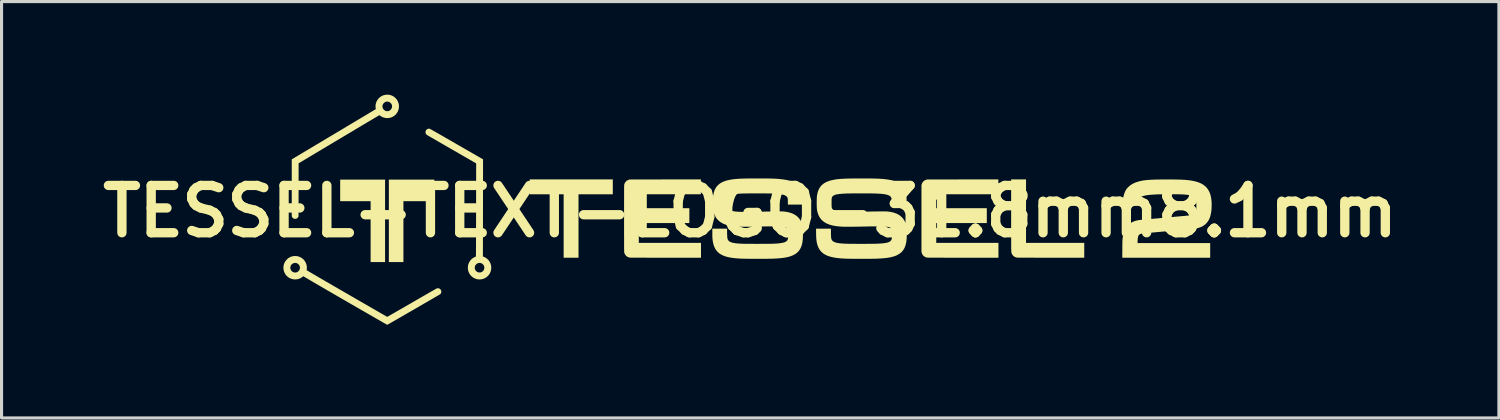
<source format=kicad_pcb>
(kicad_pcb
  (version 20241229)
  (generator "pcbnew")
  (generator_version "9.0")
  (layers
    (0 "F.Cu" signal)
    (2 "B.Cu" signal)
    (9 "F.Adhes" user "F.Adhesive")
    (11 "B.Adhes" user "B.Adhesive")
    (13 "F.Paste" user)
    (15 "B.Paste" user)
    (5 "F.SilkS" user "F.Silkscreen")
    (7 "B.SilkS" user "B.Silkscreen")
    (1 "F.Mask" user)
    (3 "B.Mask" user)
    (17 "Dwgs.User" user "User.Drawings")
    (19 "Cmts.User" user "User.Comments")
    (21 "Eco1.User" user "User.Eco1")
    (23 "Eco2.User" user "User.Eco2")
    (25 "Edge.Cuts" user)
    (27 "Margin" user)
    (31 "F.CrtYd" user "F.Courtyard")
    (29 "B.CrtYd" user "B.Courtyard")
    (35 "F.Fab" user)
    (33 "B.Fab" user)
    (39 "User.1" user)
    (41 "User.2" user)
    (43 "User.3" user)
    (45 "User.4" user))
  (footprint "TESSEL-TEXT-LOGO-31.8mm8.1mm"
    (layer "F.Cu")
    (at 21.126 3.76)
    (property "Reference" "TESSEL-TEXT-LOGO-31.8mm8.1mm" (at 0 0 0) (layer "F.SilkS") (effects (font (size 1.524 1.524) (thickness 0.3))))
    (attr through_hole)
    (fp_poly (pts (xy -11.767 1.635) (xy -12 1.635) (xy -12.233 1.635) (xy -12.233 0.654) (xy -12.233 -0.327) (xy -12.724 -0.327) (xy -13.214 -0.327) (xy -13.214 -0.675) (xy -13.214 -1.022) (xy -12.49 -1.022) (xy -11.767 -1.022) (xy -11.767 0.306) (xy -11.767 1.635)) (stroke (width 0.001) (type solid)) (fill yes) (layer "F.SilkS"))
    (fp_poly (pts (xy -10.179 -0.327) (xy -10.678 -0.327) (xy -11.176 -0.327) (xy -11.176 0.654) (xy -11.176 1.635) (xy -11.411 1.635) (xy -11.646 1.635) (xy -11.646 0.306) (xy -11.646 -1.022) (xy -10.912 -1.022) (xy -10.179 -1.022) (xy -10.179 -0.675) (xy -10.179 -0.327)) (stroke (width 0.001) (type solid)) (fill yes) (layer "F.SilkS"))
    (fp_poly (pts (xy -4.429 -0.549) (xy -4.982 -0.549) (xy -5.534 -0.549) (xy -5.534 0.473) (xy -5.534 1.495) (xy -5.774 1.495) (xy -6.013 1.495) (xy -6.013 0.473) (xy -6.013 -0.549) (xy -6.56 -0.549) (xy -7.106 -0.549) (xy -7.106 -0.789) (xy -7.106 -1.029) (xy -5.767 -1.029) (xy -4.429 -1.029) (xy -4.429 -0.789) (xy -4.429 -0.549)) (stroke (width 0.001) (type solid)) (fill yes) (layer "F.SilkS"))
    (fp_poly (pts (xy 7.998 1.495) (xy 6.862 1.495) (xy 6.777 1.495) (xy 6.694 1.495) (xy 6.613 1.495) (xy 6.533 1.495) (xy 6.456 1.495) (xy 6.381 1.495) (xy 6.309 1.495) (xy 6.24 1.494) (xy 6.174 1.494) (xy 6.111 1.494) (xy 6.052 1.494) (xy 5.997 1.494) (xy 5.946 1.494) (xy 5.899 1.493) (xy 5.857 1.493) (xy 5.819 1.493) (xy 5.787 1.493) (xy 5.76 1.493) (xy 5.738 1.492) (xy 5.722 1.492) (xy 5.711 1.492) (xy 5.707 1.492) (xy 5.671 1.484) (xy 5.637 1.471) (xy 5.607 1.454) (xy 5.581 1.432) (xy 5.567 1.417) (xy 5.551 1.394) (xy 5.538 1.369) (xy 5.527 1.34) (xy 5.525 1.334) (xy 5.517 1.307) (xy 5.517 0.232) (xy 5.517 -0.843) (xy 5.525 -0.871) (xy 5.539 -0.907) (xy 5.557 -0.938) (xy 5.578 -0.964) (xy 5.604 -0.986) (xy 5.634 -1.003) (xy 5.67 -1.017) (xy 5.679 -1.02) (xy 5.704 -1.027) (xy 6.849 -1.028) (xy 7.995 -1.029) (xy 7.995 -0.789) (xy 7.995 -0.549) (xy 6.995 -0.549) (xy 5.994 -0.549) (xy 5.994 -0.325) (xy 5.994 -0.102) (xy 6.809 -0.102) (xy 7.623 -0.102) (xy 7.623 0.138) (xy 7.623 0.378) (xy 6.809 0.378) (xy 5.994 0.378) (xy 5.994 0.697) (xy 5.994 1.016) (xy 6.996 1.016) (xy 7.998 1.016) (xy 7.998 1.256) (xy 7.998 1.495)) (stroke (width 0.001) (type solid)) (fill yes) (layer "F.SilkS"))
    (fp_poly (pts (xy 10.763 1.495) (xy 9.691 1.495) (xy 9.609 1.495) (xy 9.528 1.495) (xy 9.449 1.495) (xy 9.372 1.495) (xy 9.297 1.495) (xy 9.225 1.495) (xy 9.155 1.494) (xy 9.089 1.494) (xy 9.025 1.494) (xy 8.965 1.494) (xy 8.909 1.494) (xy 8.857 1.494) (xy 8.808 1.494) (xy 8.765 1.493) (xy 8.725 1.493) (xy 8.691 1.493) (xy 8.662 1.493) (xy 8.638 1.493) (xy 8.619 1.492) (xy 8.607 1.492) (xy 8.6 1.492) (xy 8.6 1.492) (xy 8.562 1.484) (xy 8.528 1.47) (xy 8.497 1.452) (xy 8.471 1.429) (xy 8.449 1.401) (xy 8.431 1.37) (xy 8.426 1.358) (xy 8.425 1.354) (xy 8.423 1.351) (xy 8.422 1.347) (xy 8.42 1.344) (xy 8.419 1.34) (xy 8.418 1.337) (xy 8.417 1.332) (xy 8.416 1.327) (xy 8.415 1.321) (xy 8.414 1.314) (xy 8.413 1.306) (xy 8.412 1.296) (xy 8.412 1.285) (xy 8.411 1.271) (xy 8.411 1.256) (xy 8.41 1.238) (xy 8.41 1.218) (xy 8.409 1.195) (xy 8.409 1.169) (xy 8.409 1.14) (xy 8.408 1.108) (xy 8.408 1.073) (xy 8.408 1.034) (xy 8.408 0.991) (xy 8.408 0.944) (xy 8.408 0.892) (xy 8.407 0.837) (xy 8.407 0.776) (xy 8.407 0.711) (xy 8.407 0.641) (xy 8.407 0.565) (xy 8.407 0.484) (xy 8.407 0.398) (xy 8.407 0.306) (xy 8.407 0.208) (xy 8.407 0.125) (xy 8.407 -1.029) (xy 8.647 -1.029) (xy 8.887 -1.029) (xy 8.887 -0.006) (xy 8.887 1.016) (xy 9.825 1.016) (xy 10.763 1.016) (xy 10.763 1.256) (xy 10.763 1.495)) (stroke (width 0.001) (type solid)) (fill yes) (layer "F.SilkS"))
    (fp_poly (pts (xy -1.587 1.495) (xy -2.723 1.495) (xy -2.808 1.495) (xy -2.891 1.495) (xy -2.973 1.495) (xy -3.052 1.495) (xy -3.129 1.495) (xy -3.204 1.495) (xy -3.276 1.495) (xy -3.345 1.494) (xy -3.411 1.494) (xy -3.474 1.494) (xy -3.533 1.494) (xy -3.588 1.494) (xy -3.639 1.494) (xy -3.686 1.493) (xy -3.728 1.493) (xy -3.765 1.493) (xy -3.798 1.493) (xy -3.825 1.493) (xy -3.847 1.493) (xy -3.863 1.492) (xy -3.873 1.492) (xy -3.877 1.492) (xy -3.897 1.488) (xy -3.919 1.481) (xy -3.941 1.473) (xy -3.96 1.464) (xy -3.962 1.463) (xy -3.972 1.456) (xy -3.985 1.447) (xy -3.997 1.435) (xy -4.004 1.429) (xy -4.027 1.401) (xy -4.045 1.369) (xy -4.058 1.334) (xy -4.06 1.329) (xy -4.06 1.327) (xy -4.061 1.324) (xy -4.061 1.321) (xy -4.062 1.317) (xy -4.062 1.312) (xy -4.062 1.306) (xy -4.063 1.299) (xy -4.063 1.29) (xy -4.063 1.28) (xy -4.064 1.267) (xy -4.064 1.252) (xy -4.064 1.235) (xy -4.064 1.216) (xy -4.065 1.193) (xy -4.065 1.168) (xy -4.065 1.139) (xy -4.065 1.107) (xy -4.065 1.071) (xy -4.065 1.032) (xy -4.065 0.989) (xy -4.065 0.941) (xy -4.065 0.889) (xy -4.065 0.832) (xy -4.066 0.771) (xy -4.066 0.705) (xy -4.066 0.633) (xy -4.066 0.556) (xy -4.066 0.473) (xy -4.066 0.385) (xy -4.066 0.29) (xy -4.066 0.232) (xy -4.066 0.134) (xy -4.066 0.042) (xy -4.066 -0.044) (xy -4.066 -0.125) (xy -4.066 -0.199) (xy -4.066 -0.269) (xy -4.065 -0.333) (xy -4.065 -0.392) (xy -4.065 -0.447) (xy -4.065 -0.497) (xy -4.065 -0.543) (xy -4.065 -0.585) (xy -4.065 -0.622) (xy -4.065 -0.656) (xy -4.065 -0.687) (xy -4.065 -0.714) (xy -4.065 -0.738) (xy -4.064 -0.76) (xy -4.064 -0.778) (xy -4.064 -0.794) (xy -4.064 -0.808) (xy -4.063 -0.82) (xy -4.063 -0.83) (xy -4.063 -0.838) (xy -4.062 -0.845) (xy -4.062 -0.85) (xy -4.062 -0.854) (xy -4.061 -0.858) (xy -4.061 -0.861) (xy -4.06 -0.863) (xy -4.06 -0.865) (xy -4.047 -0.901) (xy -4.03 -0.933) (xy -4.009 -0.96) (xy -3.983 -0.983) (xy -3.953 -1.002) (xy -3.918 -1.016) (xy -3.905 -1.02) (xy -3.878 -1.027) (xy -2.734 -1.028) (xy -1.591 -1.029) (xy -1.591 -0.789) (xy -1.591 -0.549) (xy -2.591 -0.549) (xy -3.591 -0.549) (xy -3.591 -0.325) (xy -3.591 -0.102) (xy -2.777 -0.102) (xy -1.962 -0.102) (xy -1.962 0.138) (xy -1.962 0.378) (xy -2.777 0.378) (xy -3.591 0.378) (xy -3.591 0.697) (xy -3.591 1.016) (xy -2.589 1.016) (xy -1.587 1.016) (xy -1.587 1.256) (xy -1.587 1.495)) (stroke (width 0.001) (type solid)) (fill yes) (layer "F.SilkS"))
    (fp_poly (pts (xy -11.32 -3.363) (xy -11.325 -3.317) (xy -11.336 -3.272) (xy -11.352 -3.228) (xy -11.374 -3.186) (xy -11.402 -3.147) (xy -11.43 -3.115) (xy -11.467 -3.082) (xy -11.507 -3.056) (xy -11.542 -3.038) (xy -11.542 -3.376) (xy -11.543 -3.405) (xy -11.55 -3.432) (xy -11.562 -3.458) (xy -11.579 -3.481) (xy -11.6 -3.502) (xy -11.624 -3.518) (xy -11.651 -3.53) (xy -11.658 -3.532) (xy -11.679 -3.536) (xy -11.703 -3.536) (xy -11.727 -3.534) (xy -11.748 -3.529) (xy -11.751 -3.528) (xy -11.777 -3.515) (xy -11.8 -3.497) (xy -11.82 -3.475) (xy -11.836 -3.451) (xy -11.843 -3.436) (xy -11.849 -3.416) (xy -11.852 -3.393) (xy -11.852 -3.37) (xy -11.849 -3.349) (xy -11.848 -3.345) (xy -11.836 -3.314) (xy -11.819 -3.287) (xy -11.797 -3.265) (xy -11.772 -3.247) (xy -11.742 -3.234) (xy -11.732 -3.231) (xy -11.714 -3.228) (xy -11.693 -3.227) (xy -11.671 -3.229) (xy -11.652 -3.234) (xy -11.651 -3.234) (xy -11.627 -3.244) (xy -11.606 -3.258) (xy -11.587 -3.275) (xy -11.568 -3.298) (xy -11.554 -3.324) (xy -11.546 -3.348) (xy -11.542 -3.376) (xy -11.542 -3.038) (xy -11.549 -3.034) (xy -11.594 -3.019) (xy -11.642 -3.009) (xy -11.664 -3.006) (xy -11.712 -3.005) (xy -11.76 -3.01) (xy -11.807 -3.021) (xy -11.852 -3.038) (xy -11.895 -3.06) (xy -11.918 -3.075) (xy -11.928 -3.083) (xy -11.936 -3.089) (xy -11.941 -3.094) (xy -11.941 -3.094) (xy -11.947 -3.098) (xy -11.95 -3.099) (xy -11.953 -3.097) (xy -11.961 -3.092) (xy -11.975 -3.085) (xy -11.993 -3.074) (xy -12.015 -3.061) (xy -12.043 -3.045) (xy -12.074 -3.026) (xy -12.109 -3.006) (xy -12.148 -2.982) (xy -12.19 -2.957) (xy -12.236 -2.93) (xy -12.284 -2.901) (xy -12.336 -2.871) (xy -12.39 -2.838) (xy -12.447 -2.805) (xy -12.506 -2.77) (xy -12.566 -2.733) (xy -12.629 -2.696) (xy -12.693 -2.658) (xy -12.736 -2.632) (xy -12.808 -2.589) (xy -12.883 -2.544) (xy -12.96 -2.499) (xy -13.038 -2.452) (xy -13.117 -2.405) (xy -13.196 -2.357) (xy -13.276 -2.31) (xy -13.355 -2.263) (xy -13.434 -2.216) (xy -13.511 -2.17) (xy -13.586 -2.125) (xy -13.659 -2.081) (xy -13.73 -2.039) (xy -13.797 -1.999) (xy -13.861 -1.96) (xy -13.921 -1.925) (xy -13.977 -1.892) (xy -14.027 -1.861) (xy -14.035 -1.857) (xy -14.553 -1.548) (xy -14.554 -0.694) (xy -14.556 0.16) (xy -14.564 0.179) (xy -14.575 0.197) (xy -14.59 0.213) (xy -14.607 0.227) (xy -14.622 0.234) (xy -14.642 0.24) (xy -14.664 0.243) (xy -14.683 0.242) (xy -14.687 0.241) (xy -14.712 0.233) (xy -14.734 0.219) (xy -14.752 0.201) (xy -14.766 0.178) (xy -14.775 0.16) (xy -14.775 -0.757) (xy -14.775 -1.675) (xy -14.689 -1.726) (xy -14.681 -1.731) (xy -14.667 -1.739) (xy -14.648 -1.75) (xy -14.625 -1.764) (xy -14.596 -1.781) (xy -14.564 -1.801) (xy -14.526 -1.823) (xy -14.485 -1.848) (xy -14.44 -1.875) (xy -14.39 -1.904) (xy -14.338 -1.936) (xy -14.282 -1.969) (xy -14.222 -2.005) (xy -14.16 -2.042) (xy -14.094 -2.081) (xy -14.026 -2.122) (xy -13.956 -2.164) (xy -13.883 -2.207) (xy -13.808 -2.252) (xy -13.731 -2.298) (xy -13.653 -2.345) (xy -13.573 -2.392) (xy -13.491 -2.441) (xy -13.408 -2.491) (xy -13.337 -2.533) (xy -13.254 -2.583) (xy -13.172 -2.632) (xy -13.092 -2.679) (xy -13.014 -2.726) (xy -12.938 -2.772) (xy -12.863 -2.816) (xy -12.791 -2.859) (xy -12.722 -2.901) (xy -12.655 -2.941) (xy -12.59 -2.979) (xy -12.529 -3.016) (xy -12.47 -3.051) (xy -12.415 -3.084) (xy -12.363 -3.115) (xy -12.315 -3.144) (xy -12.271 -3.17) (xy -12.23 -3.194) (xy -12.194 -3.216) (xy -12.162 -3.236) (xy -12.134 -3.252) (xy -12.111 -3.266) (xy -12.092 -3.277) (xy -12.079 -3.285) (xy -12.07 -3.29) (xy -12.067 -3.292) (xy -12.067 -3.292) (xy -12.067 -3.296) (xy -12.067 -3.305) (xy -12.069 -3.317) (xy -12.07 -3.323) (xy -12.075 -3.369) (xy -12.074 -3.416) (xy -12.067 -3.461) (xy -12.054 -3.506) (xy -12.037 -3.548) (xy -12.014 -3.588) (xy -11.986 -3.625) (xy -11.954 -3.659) (xy -11.918 -3.689) (xy -11.878 -3.714) (xy -11.869 -3.719) (xy -11.827 -3.737) (xy -11.783 -3.75) (xy -11.736 -3.757) (xy -11.689 -3.76) (xy -11.643 -3.756) (xy -11.631 -3.754) (xy -11.584 -3.743) (xy -11.54 -3.726) (xy -11.498 -3.704) (xy -11.46 -3.676) (xy -11.425 -3.644) (xy -11.394 -3.607) (xy -11.368 -3.567) (xy -11.359 -3.548) (xy -11.34 -3.503) (xy -11.327 -3.457) (xy -11.321 -3.41) (xy -11.32 -3.363)) (stroke (width 0.001) (type solid)) (fill yes) (layer "F.SilkS"))
    (fp_poly (pts (xy -8.346 1.818) (xy -8.349 1.867) (xy -8.358 1.915) (xy -8.373 1.96) (xy -8.394 2.003) (xy -8.42 2.043) (xy -8.452 2.08) (xy -8.456 2.084) (xy -8.493 2.117) (xy -8.533 2.144) (xy -8.569 2.162) (xy -8.569 1.83) (xy -8.569 1.801) (xy -8.569 1.797) (xy -8.576 1.767) (xy -8.589 1.74) (xy -8.607 1.716) (xy -8.628 1.695) (xy -8.654 1.679) (xy -8.682 1.668) (xy -8.701 1.663) (xy -8.73 1.662) (xy -8.758 1.666) (xy -8.785 1.676) (xy -8.81 1.69) (xy -8.832 1.708) (xy -8.851 1.73) (xy -8.865 1.756) (xy -8.874 1.781) (xy -8.877 1.806) (xy -8.877 1.831) (xy -8.872 1.857) (xy -8.865 1.88) (xy -8.859 1.892) (xy -8.842 1.916) (xy -8.82 1.937) (xy -8.794 1.953) (xy -8.766 1.965) (xy -8.747 1.97) (xy -8.734 1.971) (xy -8.717 1.97) (xy -8.699 1.969) (xy -8.682 1.966) (xy -8.67 1.963) (xy -8.643 1.95) (xy -8.62 1.932) (xy -8.6 1.911) (xy -8.585 1.886) (xy -8.574 1.859) (xy -8.569 1.83) (xy -8.569 2.162) (xy -8.576 2.165) (xy -8.622 2.181) (xy -8.656 2.189) (xy -8.676 2.192) (xy -8.699 2.193) (xy -8.725 2.194) (xy -8.75 2.193) (xy -8.772 2.192) (xy -8.79 2.189) (xy -8.826 2.181) (xy -8.86 2.169) (xy -8.889 2.156) (xy -8.932 2.131) (xy -8.971 2.102) (xy -9.005 2.069) (xy -9.035 2.031) (xy -9.059 1.99) (xy -9.078 1.946) (xy -9.092 1.898) (xy -9.095 1.883) (xy -9.098 1.86) (xy -9.099 1.832) (xy -9.099 1.803) (xy -9.097 1.773) (xy -9.094 1.745) (xy -9.089 1.723) (xy -9.074 1.677) (xy -9.053 1.634) (xy -9.028 1.594) (xy -8.998 1.558) (xy -8.964 1.526) (xy -8.926 1.498) (xy -8.885 1.476) (xy -8.86 1.465) (xy -8.841 1.458) (xy -8.839 1.357) (xy -8.838 1.347) (xy -8.838 1.331) (xy -8.838 1.309) (xy -8.838 1.281) (xy -8.838 1.248) (xy -8.838 1.209) (xy -8.837 1.166) (xy -8.837 1.117) (xy -8.837 1.065) (xy -8.837 1.007) (xy -8.837 0.946) (xy -8.836 0.881) (xy -8.836 0.812) (xy -8.836 0.74) (xy -8.836 0.664) (xy -8.836 0.586) (xy -8.836 0.504) (xy -8.835 0.42) (xy -8.835 0.334) (xy -8.835 0.245) (xy -8.835 0.155) (xy -8.835 0.063) (xy -8.835 -0.03) (xy -8.834 -0.125) (xy -8.834 -0.144) (xy -8.832 -1.545) (xy -9.614 -1.996) (xy -9.68 -2.034) (xy -9.744 -2.071) (xy -9.806 -2.107) (xy -9.867 -2.142) (xy -9.926 -2.176) (xy -9.982 -2.209) (xy -10.037 -2.24) (xy -10.088 -2.27) (xy -10.136 -2.298) (xy -10.182 -2.324) (xy -10.224 -2.348) (xy -10.262 -2.37) (xy -10.297 -2.39) (xy -10.327 -2.408) (xy -10.353 -2.423) (xy -10.375 -2.436) (xy -10.392 -2.446) (xy -10.405 -2.453) (xy -10.412 -2.457) (xy -10.413 -2.458) (xy -10.43 -2.472) (xy -10.446 -2.49) (xy -10.457 -2.51) (xy -10.46 -2.518) (xy -10.464 -2.536) (xy -10.464 -2.556) (xy -10.462 -2.577) (xy -10.457 -2.595) (xy -10.456 -2.598) (xy -10.443 -2.619) (xy -10.425 -2.637) (xy -10.404 -2.651) (xy -10.383 -2.659) (xy -10.363 -2.663) (xy -10.345 -2.663) (xy -10.326 -2.659) (xy -10.32 -2.657) (xy -10.315 -2.654) (xy -10.306 -2.649) (xy -10.291 -2.641) (xy -10.272 -2.63) (xy -10.247 -2.617) (xy -10.219 -2.6) (xy -10.186 -2.582) (xy -10.149 -2.561) (xy -10.109 -2.538) (xy -10.065 -2.513) (xy -10.017 -2.485) (xy -9.967 -2.457) (xy -9.913 -2.426) (xy -9.857 -2.394) (xy -9.799 -2.36) (xy -9.738 -2.325) (xy -9.675 -2.289) (xy -9.611 -2.252) (xy -9.544 -2.214) (xy -9.477 -2.175) (xy -9.455 -2.162) (xy -8.61 -1.675) (xy -8.612 -0.213) (xy -8.612 -0.116) (xy -8.613 -0.02) (xy -8.613 0.074) (xy -8.613 0.167) (xy -8.613 0.258) (xy -8.613 0.347) (xy -8.613 0.433) (xy -8.613 0.518) (xy -8.613 0.599) (xy -8.614 0.677) (xy -8.614 0.753) (xy -8.614 0.824) (xy -8.614 0.893) (xy -8.614 0.957) (xy -8.614 1.018) (xy -8.614 1.074) (xy -8.614 1.126) (xy -8.614 1.173) (xy -8.614 1.215) (xy -8.615 1.252) (xy -8.615 1.284) (xy -8.615 1.31) (xy -8.615 1.331) (xy -8.615 1.345) (xy -8.615 1.352) (xy -8.615 1.455) (xy -8.588 1.465) (xy -8.544 1.485) (xy -8.504 1.51) (xy -8.467 1.54) (xy -8.434 1.574) (xy -8.406 1.612) (xy -8.382 1.654) (xy -8.364 1.699) (xy -8.363 1.701) (xy -8.355 1.729) (xy -8.35 1.756) (xy -8.347 1.784) (xy -8.346 1.816) (xy -8.346 1.818)) (stroke (width 0.001) (type solid)) (fill yes) (layer "F.SilkS"))
    (fp_poly (pts (xy -9.954 2.583) (xy -9.955 2.597) (xy -9.955 2.597) (xy -9.96 2.62) (xy -9.969 2.643) (xy -9.982 2.662) (xy -9.99 2.67) (xy -9.994 2.672) (xy -10.003 2.678) (xy -10.017 2.686) (xy -10.035 2.697) (xy -10.058 2.71) (xy -10.086 2.726) (xy -10.117 2.745) (xy -10.152 2.765) (xy -10.19 2.787) (xy -10.231 2.811) (xy -10.275 2.837) (xy -10.322 2.864) (xy -10.372 2.893) (xy -10.423 2.923) (xy -10.477 2.954) (xy -10.532 2.986) (xy -10.588 3.019) (xy -10.645 3.052) (xy -10.704 3.086) (xy -10.763 3.12) (xy -10.822 3.154) (xy -10.881 3.188) (xy -10.941 3.223) (xy -11 3.257) (xy -11.058 3.29) (xy -11.115 3.323) (xy -11.171 3.356) (xy -11.226 3.387) (xy -11.278 3.418) (xy -11.329 3.447) (xy -11.378 3.475) (xy -11.424 3.502) (xy -11.468 3.527) (xy -11.509 3.55) (xy -11.546 3.572) (xy -11.58 3.591) (xy -11.61 3.608) (xy -11.636 3.623) (xy -11.658 3.635) (xy -11.675 3.645) (xy -11.688 3.652) (xy -11.695 3.656) (xy -11.698 3.657) (xy -11.701 3.656) (xy -11.709 3.651) (xy -11.722 3.644) (xy -11.741 3.633) (xy -11.764 3.62) (xy -11.792 3.604) (xy -11.824 3.586) (xy -11.86 3.565) (xy -11.9 3.542) (xy -11.944 3.516) (xy -11.992 3.489) (xy -12.043 3.46) (xy -12.098 3.428) (xy -12.155 3.395) (xy -12.216 3.36) (xy -12.279 3.324) (xy -12.344 3.286) (xy -12.412 3.247) (xy -12.483 3.206) (xy -12.555 3.165) (xy -12.629 3.122) (xy -12.704 3.079) (xy -12.781 3.034) (xy -12.787 3.031) (xy -12.867 2.985) (xy -12.947 2.939) (xy -13.026 2.893) (xy -13.105 2.847) (xy -13.183 2.802) (xy -13.259 2.758) (xy -13.335 2.714) (xy -13.408 2.672) (xy -13.48 2.63) (xy -13.55 2.59) (xy -13.617 2.551) (xy -13.682 2.513) (xy -13.744 2.477) (xy -13.802 2.443) (xy -13.858 2.411) (xy -13.909 2.381) (xy -13.957 2.353) (xy -14.001 2.328) (xy -14.04 2.305) (xy -14.075 2.285) (xy -14.104 2.267) (xy -14.129 2.253) (xy -14.138 2.247) (xy -14.403 2.091) (xy -14.428 2.11) (xy -14.466 2.138) (xy -14.506 2.16) (xy -14.51 2.161) (xy -14.51 1.824) (xy -14.512 1.795) (xy -14.519 1.767) (xy -14.531 1.741) (xy -14.548 1.717) (xy -14.569 1.697) (xy -14.594 1.68) (xy -14.621 1.668) (xy -14.641 1.664) (xy -14.665 1.662) (xy -14.695 1.665) (xy -14.723 1.674) (xy -14.749 1.687) (xy -14.771 1.704) (xy -14.79 1.725) (xy -14.805 1.749) (xy -14.815 1.775) (xy -14.82 1.803) (xy -14.82 1.832) (xy -14.815 1.858) (xy -14.803 1.887) (xy -14.787 1.913) (xy -14.765 1.935) (xy -14.74 1.953) (xy -14.714 1.964) (xy -14.691 1.97) (xy -14.666 1.972) (xy -14.642 1.97) (xy -14.624 1.967) (xy -14.595 1.955) (xy -14.57 1.938) (xy -14.548 1.917) (xy -14.53 1.892) (xy -14.518 1.863) (xy -14.515 1.853) (xy -14.51 1.824) (xy -14.51 2.161) (xy -14.549 2.177) (xy -14.573 2.183) (xy -14.596 2.188) (xy -14.624 2.192) (xy -14.653 2.193) (xy -14.682 2.194) (xy -14.708 2.192) (xy -14.719 2.191) (xy -14.765 2.181) (xy -14.81 2.166) (xy -14.852 2.146) (xy -14.876 2.131) (xy -14.893 2.119) (xy -14.911 2.103) (xy -14.931 2.086) (xy -14.948 2.068) (xy -14.963 2.051) (xy -14.965 2.048) (xy -14.992 2.008) (xy -15.013 1.965) (xy -15.029 1.92) (xy -15.039 1.874) (xy -15.043 1.826) (xy -15.041 1.779) (xy -15.033 1.732) (xy -15.024 1.698) (xy -15.006 1.653) (xy -14.982 1.612) (xy -14.954 1.574) (xy -14.921 1.539) (xy -14.885 1.509) (xy -14.844 1.484) (xy -14.801 1.464) (xy -14.756 1.45) (xy -14.719 1.443) (xy -14.679 1.44) (xy -14.638 1.441) (xy -14.599 1.445) (xy -14.572 1.451) (xy -14.527 1.466) (xy -14.484 1.486) (xy -14.445 1.51) (xy -14.409 1.539) (xy -14.378 1.572) (xy -14.35 1.609) (xy -14.327 1.648) (xy -14.309 1.69) (xy -14.297 1.734) (xy -14.289 1.78) (xy -14.288 1.827) (xy -14.289 1.834) (xy -14.29 1.85) (xy -14.291 1.865) (xy -14.292 1.878) (xy -14.292 1.883) (xy -14.294 1.897) (xy -14.065 2.032) (xy -14.048 2.042) (xy -14.026 2.055) (xy -14.001 2.07) (xy -13.97 2.088) (xy -13.936 2.107) (xy -13.898 2.13) (xy -13.856 2.154) (xy -13.811 2.18) (xy -13.763 2.208) (xy -13.712 2.238) (xy -13.658 2.269) (xy -13.601 2.302) (xy -13.542 2.336) (xy -13.481 2.371) (xy -13.419 2.408) (xy -13.354 2.445) (xy -13.288 2.483) (xy -13.221 2.522) (xy -13.153 2.561) (xy -13.084 2.601) (xy -13.014 2.642) (xy -12.944 2.682) (xy -12.874 2.723) (xy -12.804 2.763) (xy -12.734 2.804) (xy -12.664 2.844) (xy -12.596 2.883) (xy -12.528 2.923) (xy -12.461 2.961) (xy -12.396 2.999) (xy -12.332 3.035) (xy -12.27 3.071) (xy -12.21 3.106) (xy -12.152 3.139) (xy -12.097 3.171) (xy -12.045 3.201) (xy -11.995 3.23) (xy -11.948 3.257) (xy -11.905 3.282) (xy -11.865 3.305) (xy -11.828 3.326) (xy -11.796 3.344) (xy -11.768 3.36) (xy -11.744 3.374) (xy -11.725 3.385) (xy -11.711 3.393) (xy -11.701 3.398) (xy -11.697 3.4) (xy -11.697 3.4) (xy -11.694 3.399) (xy -11.686 3.394) (xy -11.673 3.387) (xy -11.655 3.376) (xy -11.632 3.363) (xy -11.605 3.348) (xy -11.573 3.33) (xy -11.538 3.309) (xy -11.499 3.287) (xy -11.457 3.263) (xy -11.411 3.236) (xy -11.362 3.208) (xy -11.31 3.178) (xy -11.255 3.147) (xy -11.198 3.114) (xy -11.139 3.08) (xy -11.078 3.044) (xy -11.015 3.008) (xy -10.95 2.971) (xy -10.907 2.946) (xy -10.842 2.908) (xy -10.778 2.871) (xy -10.715 2.835) (xy -10.654 2.8) (xy -10.595 2.766) (xy -10.538 2.733) (xy -10.484 2.702) (xy -10.433 2.672) (xy -10.384 2.644) (xy -10.338 2.618) (xy -10.296 2.594) (xy -10.258 2.572) (xy -10.223 2.552) (xy -10.192 2.535) (xy -10.166 2.519) (xy -10.144 2.507) (xy -10.126 2.497) (xy -10.114 2.49) (xy -10.106 2.486) (xy -10.104 2.485) (xy -10.086 2.481) (xy -10.064 2.479) (xy -10.05 2.479) (xy -10.04 2.481) (xy -10.029 2.484) (xy -10.02 2.488) (xy -9.998 2.501) (xy -9.982 2.516) (xy -9.969 2.534) (xy -9.96 2.556) (xy -9.956 2.57) (xy -9.954 2.583)) (stroke (width 0.001) (type solid)) (fill yes) (layer "F.SilkS"))
    (fp_poly (pts (xy 14.868 -0.241) (xy 14.868 -0.209) (xy 14.868 -0.176) (xy 14.867 -0.143) (xy 14.866 -0.111) (xy 14.865 -0.082) (xy 14.863 -0.055) (xy 14.861 -0.034) (xy 14.861 -0.032) (xy 14.852 0.035) (xy 14.84 0.096) (xy 14.826 0.151) (xy 14.81 0.203) (xy 14.79 0.25) (xy 14.767 0.293) (xy 14.741 0.332) (xy 14.712 0.369) (xy 14.696 0.387) (xy 14.657 0.424) (xy 14.615 0.456) (xy 14.57 0.484) (xy 14.521 0.507) (xy 14.468 0.527) (xy 14.411 0.543) (xy 14.364 0.552) (xy 14.357 0.553) (xy 14.344 0.555) (xy 14.326 0.557) (xy 14.301 0.559) (xy 14.272 0.562) (xy 14.237 0.566) (xy 14.197 0.57) (xy 14.152 0.574) (xy 14.103 0.578) (xy 14.05 0.583) (xy 13.992 0.589) (xy 13.931 0.595) (xy 13.866 0.601) (xy 13.798 0.607) (xy 13.727 0.613) (xy 13.653 0.62) (xy 13.576 0.627) (xy 13.508 0.633) (xy 13.436 0.64) (xy 13.366 0.646) (xy 13.297 0.653) (xy 13.231 0.659) (xy 13.166 0.665) (xy 13.105 0.67) (xy 13.046 0.676) (xy 12.99 0.681) (xy 12.938 0.686) (xy 12.889 0.69) (xy 12.845 0.694) (xy 12.804 0.698) (xy 12.768 0.701) (xy 12.737 0.704) (xy 12.711 0.707) (xy 12.691 0.709) (xy 12.675 0.71) (xy 12.666 0.711) (xy 12.663 0.711) (xy 12.628 0.717) (xy 12.598 0.723) (xy 12.573 0.73) (xy 12.553 0.739) (xy 12.536 0.749) (xy 12.524 0.762) (xy 12.514 0.776) (xy 12.513 0.777) (xy 12.505 0.796) (xy 12.498 0.818) (xy 12.492 0.843) (xy 12.488 0.873) (xy 12.485 0.908) (xy 12.482 0.948) (xy 12.482 0.96) (xy 12.48 1.022) (xy 13.65 1.022) (xy 14.821 1.022) (xy 14.821 1.259) (xy 14.821 1.495) (xy 13.405 1.495) (xy 11.988 1.495) (xy 11.99 1.22) (xy 11.99 1.168) (xy 11.99 1.123) (xy 11.991 1.082) (xy 11.991 1.047) (xy 11.992 1.017) (xy 11.992 0.99) (xy 11.993 0.968) (xy 11.993 0.949) (xy 11.994 0.933) (xy 11.995 0.92) (xy 11.995 0.909) (xy 11.996 0.9) (xy 12.006 0.828) (xy 12.018 0.762) (xy 12.033 0.701) (xy 12.051 0.645) (xy 12.072 0.594) (xy 12.096 0.547) (xy 12.123 0.505) (xy 12.154 0.467) (xy 12.185 0.435) (xy 12.227 0.399) (xy 12.273 0.368) (xy 12.323 0.341) (xy 12.376 0.319) (xy 12.434 0.301) (xy 12.496 0.287) (xy 12.549 0.279) (xy 12.555 0.279) (xy 12.567 0.278) (xy 12.584 0.276) (xy 12.607 0.274) (xy 12.635 0.271) (xy 12.668 0.268) (xy 12.706 0.265) (xy 12.748 0.261) (xy 12.794 0.257) (xy 12.845 0.252) (xy 12.898 0.247) (xy 12.955 0.242) (xy 13.015 0.236) (xy 13.077 0.231) (xy 13.142 0.225) (xy 13.21 0.219) (xy 13.279 0.212) (xy 13.349 0.206) (xy 13.381 0.203) (xy 13.452 0.197) (xy 13.522 0.19) (xy 13.59 0.184) (xy 13.656 0.178) (xy 13.719 0.172) (xy 13.78 0.167) (xy 13.838 0.161) (xy 13.893 0.156) (xy 13.945 0.152) (xy 13.992 0.147) (xy 14.036 0.143) (xy 14.076 0.14) (xy 14.111 0.136) (xy 14.141 0.133) (xy 14.166 0.131) (xy 14.186 0.129) (xy 14.2 0.128) (xy 14.208 0.127) (xy 14.21 0.127) (xy 14.229 0.124) (xy 14.248 0.12) (xy 14.267 0.116) (xy 14.283 0.112) (xy 14.295 0.108) (xy 14.3 0.106) (xy 14.315 0.096) (xy 14.328 0.081) (xy 14.34 0.063) (xy 14.342 0.059) (xy 14.352 0.03) (xy 14.361 -0.003) (xy 14.368 -0.043) (xy 14.373 -0.086) (xy 14.375 -0.134) (xy 14.376 -0.186) (xy 14.376 -0.206) (xy 14.375 -0.228) (xy 14.374 -0.245) (xy 14.374 -0.259) (xy 14.372 -0.27) (xy 14.37 -0.282) (xy 14.367 -0.296) (xy 14.363 -0.312) (xy 14.361 -0.319) (xy 14.356 -0.338) (xy 14.35 -0.357) (xy 14.345 -0.374) (xy 14.341 -0.387) (xy 14.34 -0.391) (xy 14.332 -0.408) (xy 14.321 -0.427) (xy 14.309 -0.444) (xy 14.296 -0.458) (xy 14.289 -0.465) (xy 14.268 -0.48) (xy 14.243 -0.493) (xy 14.214 -0.504) (xy 14.18 -0.514) (xy 14.142 -0.523) (xy 14.099 -0.53) (xy 14.05 -0.536) (xy 13.996 -0.541) (xy 13.936 -0.545) (xy 13.906 -0.546) (xy 13.887 -0.547) (xy 13.863 -0.548) (xy 13.833 -0.548) (xy 13.798 -0.549) (xy 13.76 -0.549) (xy 13.719 -0.549) (xy 13.674 -0.55) (xy 13.628 -0.55) (xy 13.581 -0.55) (xy 13.532 -0.55) (xy 13.484 -0.55) (xy 13.435 -0.55) (xy 13.388 -0.55) (xy 13.343 -0.549) (xy 13.299 -0.549) (xy 13.259 -0.549) (xy 13.222 -0.548) (xy 13.19 -0.548) (xy 13.162 -0.547) (xy 13.139 -0.547) (xy 13.135 -0.547) (xy 13.074 -0.544) (xy 13.018 -0.541) (xy 12.968 -0.538) (xy 12.922 -0.535) (xy 12.881 -0.531) (xy 12.842 -0.527) (xy 12.807 -0.523) (xy 12.773 -0.518) (xy 12.741 -0.512) (xy 12.73 -0.51) (xy 12.687 -0.5) (xy 12.649 -0.489) (xy 12.616 -0.477) (xy 12.588 -0.464) (xy 12.564 -0.449) (xy 12.544 -0.433) (xy 12.536 -0.425) (xy 12.527 -0.415) (xy 12.52 -0.406) (xy 12.514 -0.396) (xy 12.508 -0.384) (xy 12.504 -0.371) (xy 12.5 -0.356) (xy 12.496 -0.337) (xy 12.493 -0.314) (xy 12.489 -0.287) (xy 12.486 -0.255) (xy 12.482 -0.218) (xy 12.48 -0.197) (xy 12.236 -0.197) (xy 11.991 -0.197) (xy 11.993 -0.233) (xy 11.996 -0.278) (xy 11.999 -0.318) (xy 12.003 -0.353) (xy 12.007 -0.386) (xy 12.012 -0.415) (xy 12.018 -0.444) (xy 12.024 -0.472) (xy 12.032 -0.501) (xy 12.033 -0.503) (xy 12.046 -0.547) (xy 12.059 -0.585) (xy 12.071 -0.619) (xy 12.084 -0.649) (xy 12.098 -0.676) (xy 12.112 -0.7) (xy 12.129 -0.723) (xy 12.147 -0.746) (xy 12.168 -0.768) (xy 12.186 -0.786) (xy 12.226 -0.822) (xy 12.268 -0.853) (xy 12.313 -0.881) (xy 12.362 -0.907) (xy 12.415 -0.929) (xy 12.474 -0.949) (xy 12.478 -0.95) (xy 12.511 -0.96) (xy 12.544 -0.969) (xy 12.578 -0.977) (xy 12.612 -0.985) (xy 12.647 -0.991) (xy 12.685 -0.997) (xy 12.724 -1.002) (xy 12.766 -1.007) (xy 12.811 -1.011) (xy 12.859 -1.014) (xy 12.911 -1.017) (xy 12.967 -1.02) (xy 13.029 -1.022) (xy 13.095 -1.024) (xy 13.167 -1.025) (xy 13.216 -1.026) (xy 13.292 -1.027) (xy 13.368 -1.027) (xy 13.443 -1.027) (xy 13.517 -1.027) (xy 13.588 -1.027) (xy 13.658 -1.026) (xy 13.724 -1.025) (xy 13.787 -1.023) (xy 13.847 -1.022) (xy 13.902 -1.02) (xy 13.952 -1.017) (xy 13.996 -1.015) (xy 14.027 -1.013) (xy 14.114 -1.004) (xy 14.196 -0.994) (xy 14.271 -0.98) (xy 14.342 -0.964) (xy 14.406 -0.946) (xy 14.466 -0.925) (xy 14.521 -0.901) (xy 14.57 -0.875) (xy 14.615 -0.845) (xy 14.621 -0.841) (xy 14.64 -0.826) (xy 14.66 -0.809) (xy 14.68 -0.79) (xy 14.699 -0.771) (xy 14.715 -0.753) (xy 14.719 -0.748) (xy 14.749 -0.707) (xy 14.774 -0.665) (xy 14.797 -0.621) (xy 14.816 -0.573) (xy 14.832 -0.521) (xy 14.845 -0.466) (xy 14.855 -0.406) (xy 14.863 -0.34) (xy 14.866 -0.315) (xy 14.867 -0.295) (xy 14.868 -0.27) (xy 14.868 -0.241)) (stroke (width 0.001) (type solid)) (fill yes) (layer "F.SilkS"))
    (fp_poly (pts (xy 5.045 0.694) (xy 5.044 0.736) (xy 5.044 0.778) (xy 5.043 0.82) (xy 5.041 0.859) (xy 5.039 0.895) (xy 5.036 0.926) (xy 5.034 0.946) (xy 5.024 1.012) (xy 5.009 1.073) (xy 4.991 1.13) (xy 4.97 1.181) (xy 4.944 1.228) (xy 4.914 1.271) (xy 4.88 1.309) (xy 4.841 1.344) (xy 4.806 1.369) (xy 4.772 1.39) (xy 4.735 1.41) (xy 4.696 1.428) (xy 4.654 1.444) (xy 4.609 1.458) (xy 4.561 1.471) (xy 4.508 1.483) (xy 4.452 1.493) (xy 4.391 1.502) (xy 4.325 1.509) (xy 4.255 1.515) (xy 4.179 1.52) (xy 4.097 1.524) (xy 4.018 1.527) (xy 3.997 1.528) (xy 3.971 1.528) (xy 3.939 1.528) (xy 3.903 1.529) (xy 3.863 1.529) (xy 3.819 1.529) (xy 3.773 1.529) (xy 3.724 1.53) (xy 3.674 1.53) (xy 3.622 1.53) (xy 3.57 1.53) (xy 3.518 1.53) (xy 3.467 1.53) (xy 3.416 1.529) (xy 3.368 1.529) (xy 3.322 1.529) (xy 3.279 1.529) (xy 3.24 1.528) (xy 3.204 1.528) (xy 3.174 1.528) (xy 3.148 1.527) (xy 3.134 1.527) (xy 3.045 1.524) (xy 2.963 1.519) (xy 2.886 1.513) (xy 2.815 1.506) (xy 2.749 1.497) (xy 2.687 1.486) (xy 2.63 1.474) (xy 2.577 1.46) (xy 2.527 1.445) (xy 2.481 1.428) (xy 2.47 1.423) (xy 2.416 1.397) (xy 2.367 1.368) (xy 2.323 1.334) (xy 2.283 1.296) (xy 2.249 1.254) (xy 2.218 1.207) (xy 2.192 1.156) (xy 2.171 1.101) (xy 2.153 1.04) (xy 2.146 1.01) (xy 2.141 0.984) (xy 2.137 0.959) (xy 2.134 0.934) (xy 2.131 0.907) (xy 2.128 0.879) (xy 2.126 0.848) (xy 2.125 0.813) (xy 2.123 0.774) (xy 2.122 0.731) (xy 2.122 0.701) (xy 2.12 0.559) (xy 2.36 0.559) (xy 2.6 0.559) (xy 2.6 0.671) (xy 2.601 0.716) (xy 2.601 0.755) (xy 2.602 0.79) (xy 2.604 0.819) (xy 2.606 0.844) (xy 2.609 0.866) (xy 2.613 0.884) (xy 2.618 0.9) (xy 2.624 0.914) (xy 2.631 0.926) (xy 2.639 0.937) (xy 2.647 0.947) (xy 2.663 0.961) (xy 2.681 0.974) (xy 2.703 0.986) (xy 2.728 0.997) (xy 2.757 1.006) (xy 2.79 1.015) (xy 2.828 1.022) (xy 2.87 1.028) (xy 2.917 1.033) (xy 2.97 1.038) (xy 3.028 1.041) (xy 3.093 1.044) (xy 3.107 1.044) (xy 3.126 1.045) (xy 3.152 1.045) (xy 3.183 1.046) (xy 3.218 1.046) (xy 3.258 1.047) (xy 3.301 1.047) (xy 3.347 1.047) (xy 3.396 1.047) (xy 3.446 1.048) (xy 3.498 1.048) (xy 3.551 1.048) (xy 3.604 1.048) (xy 3.657 1.048) (xy 3.709 1.048) (xy 3.76 1.047) (xy 3.809 1.047) (xy 3.855 1.047) (xy 3.899 1.047) (xy 3.939 1.046) (xy 3.974 1.046) (xy 4.005 1.045) (xy 4.031 1.045) (xy 4.051 1.044) (xy 4.051 1.044) (xy 4.119 1.042) (xy 4.181 1.038) (xy 4.237 1.034) (xy 4.288 1.029) (xy 4.333 1.024) (xy 4.373 1.017) (xy 4.409 1.009) (xy 4.44 1) (xy 4.467 0.99) (xy 4.49 0.979) (xy 4.509 0.966) (xy 4.525 0.952) (xy 4.537 0.937) (xy 4.547 0.92) (xy 4.551 0.911) (xy 4.554 0.902) (xy 4.557 0.893) (xy 4.559 0.882) (xy 4.561 0.869) (xy 4.562 0.854) (xy 4.563 0.835) (xy 4.563 0.813) (xy 4.564 0.786) (xy 4.564 0.754) (xy 4.564 0.727) (xy 4.564 0.695) (xy 4.564 0.668) (xy 4.564 0.646) (xy 4.563 0.628) (xy 4.563 0.615) (xy 4.562 0.604) (xy 4.562 0.596) (xy 4.561 0.589) (xy 4.559 0.584) (xy 4.558 0.58) (xy 4.551 0.563) (xy 4.541 0.549) (xy 4.528 0.536) (xy 4.51 0.525) (xy 4.488 0.516) (xy 4.461 0.508) (xy 4.43 0.501) (xy 4.393 0.495) (xy 4.35 0.49) (xy 4.334 0.488) (xy 4.319 0.487) (xy 4.297 0.486) (xy 4.271 0.486) (xy 4.24 0.485) (xy 4.204 0.485) (xy 4.164 0.485) (xy 4.121 0.485) (xy 4.075 0.485) (xy 4.027 0.485) (xy 3.977 0.485) (xy 3.925 0.486) (xy 3.873 0.486) (xy 3.82 0.487) (xy 3.767 0.488) (xy 3.715 0.489) (xy 3.664 0.49) (xy 3.646 0.49) (xy 3.596 0.492) (xy 3.543 0.493) (xy 3.49 0.494) (xy 3.436 0.495) (xy 3.382 0.495) (xy 3.329 0.496) (xy 3.276 0.496) (xy 3.226 0.496) (xy 3.177 0.497) (xy 3.131 0.496) (xy 3.088 0.496) (xy 3.049 0.496) (xy 3.014 0.496) (xy 2.983 0.495) (xy 2.958 0.494) (xy 2.939 0.493) (xy 2.934 0.493) (xy 2.865 0.487) (xy 2.801 0.48) (xy 2.743 0.473) (xy 2.689 0.463) (xy 2.64 0.453) (xy 2.594 0.441) (xy 2.55 0.427) (xy 2.509 0.412) (xy 2.47 0.395) (xy 2.465 0.392) (xy 2.412 0.364) (xy 2.364 0.331) (xy 2.321 0.296) (xy 2.282 0.256) (xy 2.249 0.212) (xy 2.22 0.164) (xy 2.195 0.111) (xy 2.175 0.054) (xy 2.167 0.029) (xy 2.162 0.007) (xy 2.157 -0.014) (xy 2.153 -0.035) (xy 2.15 -0.057) (xy 2.147 -0.081) (xy 2.145 -0.107) (xy 2.144 -0.136) (xy 2.143 -0.169) (xy 2.142 -0.207) (xy 2.142 -0.249) (xy 2.142 -0.275) (xy 2.142 -0.317) (xy 2.142 -0.354) (xy 2.143 -0.385) (xy 2.144 -0.413) (xy 2.145 -0.438) (xy 2.146 -0.461) (xy 2.148 -0.481) (xy 2.151 -0.501) (xy 2.154 -0.521) (xy 2.157 -0.542) (xy 2.159 -0.552) (xy 2.173 -0.61) (xy 2.19 -0.664) (xy 2.212 -0.714) (xy 2.237 -0.76) (xy 2.267 -0.802) (xy 2.301 -0.841) (xy 2.34 -0.875) (xy 2.383 -0.906) (xy 2.432 -0.934) (xy 2.486 -0.959) (xy 2.544 -0.98) (xy 2.608 -0.999) (xy 2.678 -1.014) (xy 2.722 -1.022) (xy 2.755 -1.028) (xy 2.789 -1.032) (xy 2.825 -1.037) (xy 2.862 -1.04) (xy 2.902 -1.044) (xy 2.944 -1.047) (xy 2.989 -1.05) (xy 3.037 -1.052) (xy 3.089 -1.054) (xy 3.144 -1.056) (xy 3.204 -1.057) (xy 3.269 -1.058) (xy 3.338 -1.059) (xy 3.413 -1.06) (xy 3.494 -1.06) (xy 3.578 -1.06) (xy 3.664 -1.06) (xy 3.743 -1.06) (xy 3.817 -1.059) (xy 3.886 -1.059) (xy 3.949 -1.057) (xy 4.008 -1.056) (xy 4.063 -1.055) (xy 4.114 -1.053) (xy 4.161 -1.05) (xy 4.205 -1.048) (xy 4.246 -1.045) (xy 4.284 -1.042) (xy 4.307 -1.04) (xy 4.39 -1.03) (xy 4.467 -1.019) (xy 4.539 -1.004) (xy 4.605 -0.988) (xy 4.666 -0.968) (xy 4.721 -0.946) (xy 4.772 -0.921) (xy 4.817 -0.893) (xy 4.858 -0.862) (xy 4.894 -0.828) (xy 4.926 -0.79) (xy 4.954 -0.749) (xy 4.977 -0.705) (xy 4.996 -0.657) (xy 5.012 -0.606) (xy 5.024 -0.55) (xy 5.027 -0.526) (xy 5.03 -0.503) (xy 5.033 -0.475) (xy 5.035 -0.442) (xy 5.037 -0.405) (xy 5.038 -0.366) (xy 5.038 -0.325) (xy 5.039 -0.293) (xy 5.039 -0.216) (xy 4.799 -0.216) (xy 4.56 -0.216) (xy 4.558 -0.309) (xy 4.558 -0.338) (xy 4.557 -0.362) (xy 4.556 -0.382) (xy 4.555 -0.397) (xy 4.553 -0.41) (xy 4.551 -0.42) (xy 4.548 -0.43) (xy 4.545 -0.438) (xy 4.54 -0.447) (xy 4.526 -0.469) (xy 4.507 -0.488) (xy 4.482 -0.504) (xy 4.451 -0.519) (xy 4.415 -0.532) (xy 4.373 -0.543) (xy 4.358 -0.546) (xy 4.321 -0.552) (xy 4.279 -0.558) (xy 4.231 -0.563) (xy 4.178 -0.567) (xy 4.119 -0.57) (xy 4.054 -0.573) (xy 4.016 -0.575) (xy 3.995 -0.575) (xy 3.967 -0.576) (xy 3.934 -0.576) (xy 3.897 -0.577) (xy 3.855 -0.577) (xy 3.811 -0.577) (xy 3.763 -0.577) (xy 3.713 -0.578) (xy 3.662 -0.578) (xy 3.609 -0.578) (xy 3.557 -0.578) (xy 3.504 -0.578) (xy 3.452 -0.578) (xy 3.401 -0.577) (xy 3.352 -0.577) (xy 3.306 -0.577) (xy 3.262 -0.577) (xy 3.223 -0.576) (xy 3.187 -0.576) (xy 3.157 -0.575) (xy 3.132 -0.575) (xy 3.123 -0.575) (xy 3.056 -0.572) (xy 2.995 -0.569) (xy 2.94 -0.565) (xy 2.891 -0.561) (xy 2.847 -0.555) (xy 2.807 -0.549) (xy 2.773 -0.542) (xy 2.742 -0.534) (xy 2.716 -0.524) (xy 2.694 -0.514) (xy 2.675 -0.502) (xy 2.66 -0.489) (xy 2.655 -0.484) (xy 2.643 -0.47) (xy 2.635 -0.453) (xy 2.628 -0.433) (xy 2.625 -0.425) (xy 2.624 -0.417) (xy 2.623 -0.404) (xy 2.622 -0.385) (xy 2.622 -0.363) (xy 2.621 -0.338) (xy 2.621 -0.311) (xy 2.621 -0.283) (xy 2.621 -0.255) (xy 2.621 -0.227) (xy 2.621 -0.201) (xy 2.622 -0.177) (xy 2.623 -0.157) (xy 2.623 -0.14) (xy 2.625 -0.128) (xy 2.625 -0.124) (xy 2.632 -0.103) (xy 2.642 -0.084) (xy 2.655 -0.068) (xy 2.671 -0.053) (xy 2.692 -0.04) (xy 2.716 -0.028) (xy 2.745 -0.018) (xy 2.778 -0.009) (xy 2.816 -0.002) (xy 2.86 0.004) (xy 2.909 0.009) (xy 2.964 0.014) (xy 3.01 0.016) (xy 3.035 0.017) (xy 3.066 0.018) (xy 3.104 0.018) (xy 3.146 0.018) (xy 3.194 0.018) (xy 3.248 0.018) (xy 3.306 0.018) (xy 3.368 0.017) (xy 3.435 0.016) (xy 3.506 0.015) (xy 3.58 0.013) (xy 3.658 0.012) (xy 3.74 0.01) (xy 3.758 0.01) (xy 3.825 0.008) (xy 3.891 0.007) (xy 3.955 0.005) (xy 4.016 0.004) (xy 4.075 0.004) (xy 4.13 0.003) (xy 4.182 0.003) (xy 4.23 0.002) (xy 4.274 0.002) (xy 4.313 0.002) (xy 4.347 0.003) (xy 4.377 0.003) (xy 4.401 0.004) (xy 4.419 0.005) (xy 4.428 0.006) (xy 4.494 0.014) (xy 4.555 0.025) (xy 4.611 0.039) (xy 4.663 0.055) (xy 4.711 0.073) (xy 4.756 0.095) (xy 4.799 0.12) (xy 4.807 0.126) (xy 4.853 0.16) (xy 4.893 0.198) (xy 4.929 0.24) (xy 4.96 0.286) (xy 4.986 0.336) (xy 5.007 0.39) (xy 5.024 0.449) (xy 5.035 0.511) (xy 5.042 0.577) (xy 5.042 0.581) (xy 5.043 0.616) (xy 5.044 0.654) (xy 5.045 0.694)) (stroke (width 0.001) (type solid)) (fill yes) (layer "F.SilkS"))
    (fp_poly (pts (xy 1.698 0.709) (xy 1.698 0.742) (xy 1.698 0.773) (xy 1.698 0.803) (xy 1.697 0.829) (xy 1.696 0.853) (xy 1.695 0.868) (xy 1.689 0.936) (xy 1.681 0.998) (xy 1.669 1.056) (xy 1.654 1.109) (xy 1.635 1.158) (xy 1.613 1.203) (xy 1.588 1.244) (xy 1.559 1.282) (xy 1.526 1.317) (xy 1.524 1.319) (xy 1.487 1.35) (xy 1.446 1.379) (xy 1.4 1.404) (xy 1.386 1.411) (xy 1.348 1.428) (xy 1.307 1.444) (xy 1.264 1.458) (xy 1.217 1.471) (xy 1.167 1.482) (xy 1.113 1.492) (xy 1.055 1.5) (xy 0.993 1.508) (xy 0.926 1.514) (xy 0.853 1.519) (xy 0.776 1.523) (xy 0.692 1.527) (xy 0.672 1.527) (xy 0.651 1.528) (xy 0.624 1.528) (xy 0.593 1.528) (xy 0.556 1.529) (xy 0.516 1.529) (xy 0.472 1.529) (xy 0.426 1.529) (xy 0.377 1.53) (xy 0.326 1.53) (xy 0.275 1.53) (xy 0.223 1.53) (xy 0.171 1.53) (xy 0.119 1.53) (xy 0.069 1.529) (xy 0.021 1.529) (xy -0.025 1.529) (xy -0.068 1.529) (xy -0.108 1.528) (xy -0.143 1.528) (xy -0.173 1.528) (xy -0.198 1.527) (xy -0.211 1.527) (xy -0.299 1.524) (xy -0.382 1.519) (xy -0.458 1.513) (xy -0.529 1.506) (xy -0.596 1.497) (xy -0.657 1.487) (xy -0.714 1.475) (xy -0.768 1.461) (xy -0.817 1.446) (xy -0.846 1.435) (xy -0.901 1.412) (xy -0.951 1.385) (xy -0.997 1.354) (xy -1.038 1.32) (xy -1.075 1.281) (xy -1.107 1.239) (xy -1.135 1.192) (xy -1.159 1.141) (xy -1.179 1.086) (xy -1.195 1.025) (xy -1.208 0.96) (xy -1.216 0.89) (xy -1.219 0.855) (xy -1.22 0.84) (xy -1.221 0.82) (xy -1.221 0.796) (xy -1.222 0.769) (xy -1.222 0.74) (xy -1.222 0.71) (xy -1.222 0.682) (xy -1.222 0.559) (xy -0.984 0.559) (xy -0.746 0.559) (xy -0.746 0.634) (xy -0.746 0.682) (xy -0.745 0.725) (xy -0.744 0.764) (xy -0.742 0.799) (xy -0.74 0.828) (xy -0.738 0.852) (xy -0.735 0.87) (xy -0.734 0.877) (xy -0.724 0.907) (xy -0.71 0.932) (xy -0.693 0.953) (xy -0.67 0.971) (xy -0.643 0.986) (xy -0.62 0.996) (xy -0.594 1.004) (xy -0.565 1.012) (xy -0.533 1.019) (xy -0.497 1.025) (xy -0.457 1.031) (xy -0.412 1.035) (xy -0.362 1.039) (xy -0.306 1.042) (xy -0.245 1.044) (xy -0.238 1.045) (xy -0.22 1.045) (xy -0.196 1.046) (xy -0.167 1.046) (xy -0.133 1.046) (xy -0.095 1.047) (xy -0.053 1.047) (xy -0.008 1.047) (xy 0.04 1.047) (xy 0.089 1.047) (xy 0.141 1.048) (xy 0.193 1.048) (xy 0.245 1.048) (xy 0.297 1.048) (xy 0.349 1.047) (xy 0.4 1.047) (xy 0.449 1.047) (xy 0.495 1.047) (xy 0.539 1.047) (xy 0.579 1.046) (xy 0.616 1.046) (xy 0.648 1.046) (xy 0.675 1.045) (xy 0.697 1.045) (xy 0.705 1.045) (xy 0.773 1.042) (xy 0.836 1.039) (xy 0.893 1.034) (xy 0.944 1.029) (xy 0.99 1.023) (xy 1.03 1.016) (xy 1.066 1.008) (xy 1.097 0.999) (xy 1.124 0.989) (xy 1.147 0.977) (xy 1.166 0.964) (xy 1.181 0.95) (xy 1.193 0.935) (xy 1.2 0.923) (xy 1.204 0.914) (xy 1.207 0.906) (xy 1.21 0.898) (xy 1.212 0.889) (xy 1.214 0.879) (xy 1.215 0.867) (xy 1.216 0.852) (xy 1.217 0.834) (xy 1.217 0.812) (xy 1.218 0.786) (xy 1.218 0.754) (xy 1.218 0.73) (xy 1.218 0.694) (xy 1.217 0.664) (xy 1.217 0.639) (xy 1.217 0.619) (xy 1.216 0.602) (xy 1.214 0.589) (xy 1.213 0.578) (xy 1.21 0.57) (xy 1.207 0.563) (xy 1.203 0.557) (xy 1.199 0.552) (xy 1.193 0.546) (xy 1.193 0.545) (xy 1.18 0.534) (xy 1.164 0.525) (xy 1.146 0.516) (xy 1.123 0.509) (xy 1.096 0.503) (xy 1.064 0.497) (xy 1.026 0.492) (xy 0.987 0.488) (xy 0.972 0.487) (xy 0.951 0.486) (xy 0.924 0.486) (xy 0.893 0.485) (xy 0.857 0.485) (xy 0.817 0.485) (xy 0.774 0.484) (xy 0.728 0.485) (xy 0.679 0.485) (xy 0.629 0.485) (xy 0.577 0.486) (xy 0.524 0.486) (xy 0.471 0.487) (xy 0.418 0.488) (xy 0.365 0.489) (xy 0.313 0.49) (xy 0.302 0.49) (xy 0.249 0.492) (xy 0.195 0.493) (xy 0.141 0.494) (xy 0.086 0.495) (xy 0.031 0.495) (xy -0.023 0.496) (xy -0.076 0.496) (xy -0.127 0.496) (xy -0.176 0.497) (xy -0.222 0.496) (xy -0.265 0.496) (xy -0.304 0.496) (xy -0.339 0.495) (xy -0.369 0.495) (xy -0.394 0.494) (xy -0.412 0.493) (xy -0.413 0.493) (xy -0.487 0.487) (xy -0.556 0.479) (xy -0.62 0.47) (xy -0.679 0.459) (xy -0.733 0.446) (xy -0.783 0.432) (xy -0.829 0.415) (xy -0.873 0.397) (xy -0.913 0.376) (xy -0.951 0.352) (xy -0.954 0.351) (xy -0.998 0.318) (xy -1.038 0.283) (xy -1.073 0.244) (xy -1.104 0.201) (xy -1.13 0.155) (xy -1.153 0.104) (xy -1.172 0.049) (xy -1.186 -0.011) (xy -1.196 -0.064) (xy -1.197 -0.073) (xy -1.198 -0.082) (xy -1.199 -0.093) (xy -1.2 -0.105) (xy -1.201 -0.12) (xy -1.201 -0.137) (xy -1.201 -0.159) (xy -1.202 -0.184) (xy -1.202 -0.214) (xy -1.202 -0.25) (xy -1.202 -0.273) (xy -1.202 -0.315) (xy -1.202 -0.351) (xy -1.201 -0.383) (xy -1.201 -0.41) (xy -1.2 -0.434) (xy -1.199 -0.454) (xy -1.198 -0.473) (xy -1.196 -0.49) (xy -1.194 -0.506) (xy -1.191 -0.522) (xy -1.188 -0.539) (xy -1.185 -0.557) (xy -1.184 -0.562) (xy -1.169 -0.621) (xy -1.151 -0.676) (xy -1.128 -0.726) (xy -1.101 -0.772) (xy -1.069 -0.814) (xy -1.032 -0.852) (xy -0.991 -0.886) (xy -0.944 -0.917) (xy -0.893 -0.944) (xy -0.836 -0.968) (xy -0.773 -0.989) (xy -0.773 -0.989) (xy -0.723 -1.002) (xy -0.668 -1.014) (xy -0.608 -1.025) (xy -0.543 -1.034) (xy -0.472 -1.041) (xy -0.395 -1.048) (xy -0.369 -1.049) (xy -0.337 -1.051) (xy -0.298 -1.053) (xy -0.254 -1.054) (xy -0.206 -1.056) (xy -0.154 -1.057) (xy -0.098 -1.058) (xy -0.039 -1.059) (xy 0.023 -1.059) (xy 0.086 -1.06) (xy 0.15 -1.06) (xy 0.215 -1.06) (xy 0.281 -1.06) (xy 0.346 -1.06) (xy 0.409 -1.06) (xy 0.472 -1.059) (xy 0.532 -1.059) (xy 0.589 -1.058) (xy 0.643 -1.057) (xy 0.694 -1.056) (xy 0.74 -1.054) (xy 0.781 -1.053) (xy 0.816 -1.051) (xy 0.818 -1.051) (xy 0.905 -1.045) (xy 0.986 -1.037) (xy 1.061 -1.028) (xy 1.132 -1.017) (xy 1.196 -1.004) (xy 1.256 -0.989) (xy 1.311 -0.971) (xy 1.362 -0.952) (xy 1.408 -0.931) (xy 1.45 -0.907) (xy 1.488 -0.881) (xy 1.523 -0.853) (xy 1.549 -0.827) (xy 1.578 -0.793) (xy 1.604 -0.756) (xy 1.626 -0.716) (xy 1.645 -0.673) (xy 1.661 -0.626) (xy 1.674 -0.575) (xy 1.684 -0.518) (xy 1.685 -0.512) (xy 1.686 -0.499) (xy 1.687 -0.482) (xy 1.689 -0.462) (xy 1.69 -0.436) (xy 1.69 -0.406) (xy 1.691 -0.37) (xy 1.691 -0.347) (xy 1.693 -0.216) (xy 1.453 -0.216) (xy 1.213 -0.216) (xy 1.212 -0.312) (xy 1.212 -0.341) (xy 1.211 -0.365) (xy 1.21 -0.383) (xy 1.209 -0.399) (xy 1.208 -0.411) (xy 1.206 -0.421) (xy 1.203 -0.429) (xy 1.2 -0.438) (xy 1.196 -0.446) (xy 1.194 -0.451) (xy 1.183 -0.467) (xy 1.167 -0.483) (xy 1.148 -0.498) (xy 1.145 -0.5) (xy 1.124 -0.511) (xy 1.1 -0.522) (xy 1.072 -0.531) (xy 1.039 -0.54) (xy 1.003 -0.547) (xy 0.961 -0.554) (xy 0.915 -0.56) (xy 0.863 -0.565) (xy 0.806 -0.569) (xy 0.744 -0.572) (xy 0.675 -0.575) (xy 0.67 -0.575) (xy 0.648 -0.575) (xy 0.621 -0.576) (xy 0.589 -0.576) (xy 0.552 -0.576) (xy 0.511 -0.577) (xy 0.466 -0.577) (xy 0.419 -0.577) (xy 0.369 -0.577) (xy 0.318 -0.578) (xy 0.266 -0.578) (xy 0.213 -0.578) (xy 0.161 -0.578) (xy 0.109 -0.578) (xy 0.058 -0.577) (xy 0.009 -0.577) (xy -0.037 -0.577) (xy -0.08 -0.577) (xy -0.12 -0.576) (xy -0.155 -0.576) (xy -0.186 -0.576) (xy -0.211 -0.575) (xy -0.222 -0.575) (xy -0.289 -0.572) (xy -0.35 -0.569) (xy -0.405 -0.565) (xy -0.454 -0.561) (xy -0.498 -0.556) (xy -0.537 -0.549) (xy -0.572 -0.542) (xy -0.602 -0.534) (xy -0.628 -0.525) (xy -0.65 -0.515) (xy -0.669 -0.503) (xy -0.684 -0.491) (xy -0.685 -0.49) (xy -0.693 -0.481) (xy -0.701 -0.473) (xy -0.707 -0.464) (xy -0.712 -0.454) (xy -0.716 -0.442) (xy -0.719 -0.428) (xy -0.721 -0.412) (xy -0.723 -0.392) (xy -0.724 -0.368) (xy -0.725 -0.339) (xy -0.725 -0.305) (xy -0.725 -0.275) (xy -0.725 -0.239) (xy -0.725 -0.209) (xy -0.725 -0.185) (xy -0.724 -0.165) (xy -0.723 -0.15) (xy -0.722 -0.139) (xy -0.721 -0.131) (xy -0.721 -0.129) (xy -0.713 -0.103) (xy -0.701 -0.081) (xy -0.685 -0.062) (xy -0.664 -0.046) (xy -0.638 -0.032) (xy -0.606 -0.02) (xy -0.57 -0.01) (xy -0.551 -0.005) (xy -0.53 -0.002) (xy -0.507 0.002) (xy -0.483 0.005) (xy -0.456 0.008) (xy -0.428 0.011) (xy -0.396 0.013) (xy -0.362 0.015) (xy -0.325 0.016) (xy -0.285 0.017) (xy -0.24 0.018) (xy -0.192 0.018) (xy -0.14 0.018) (xy -0.083 0.018) (xy -0.022 0.018) (xy 0.044 0.017) (xy 0.115 0.016) (xy 0.192 0.014) (xy 0.274 0.013) (xy 0.363 0.011) (xy 0.413 0.01) (xy 0.459 0.009) (xy 0.508 0.007) (xy 0.559 0.006) (xy 0.609 0.006) (xy 0.66 0.005) (xy 0.709 0.004) (xy 0.755 0.003) (xy 0.798 0.003) (xy 0.836 0.003) (xy 0.862 0.002) (xy 0.906 0.002) (xy 0.944 0.002) (xy 0.977 0.002) (xy 1.005 0.003) (xy 1.031 0.003) (xy 1.053 0.004) (xy 1.073 0.005) (xy 1.092 0.007) (xy 1.11 0.009) (xy 1.128 0.011) (xy 1.146 0.014) (xy 1.166 0.017) (xy 1.179 0.019) (xy 1.246 0.033) (xy 1.309 0.052) (xy 1.368 0.074) (xy 1.421 0.101) (xy 1.471 0.132) (xy 1.515 0.166) (xy 1.555 0.205) (xy 1.589 0.248) (xy 1.619 0.294) (xy 1.632 0.319) (xy 1.652 0.363) (xy 1.667 0.406) (xy 1.679 0.451) (xy 1.688 0.498) (xy 1.695 0.55) (xy 1.695 0.557) (xy 1.696 0.573) (xy 1.697 0.593) (xy 1.698 0.618) (xy 1.698 0.647) (xy 1.698 0.678) (xy 1.698 0.709)) (stroke (width 0.001) (type solid)) (fill yes) (layer "F.SilkS")))
  (gr_rect
    (start -3 -3)
    (end 45.251 10.418)
    (stroke (width 0.1) (type default))
    (fill no)
    (layer "Edge.Cuts")))
</source>
